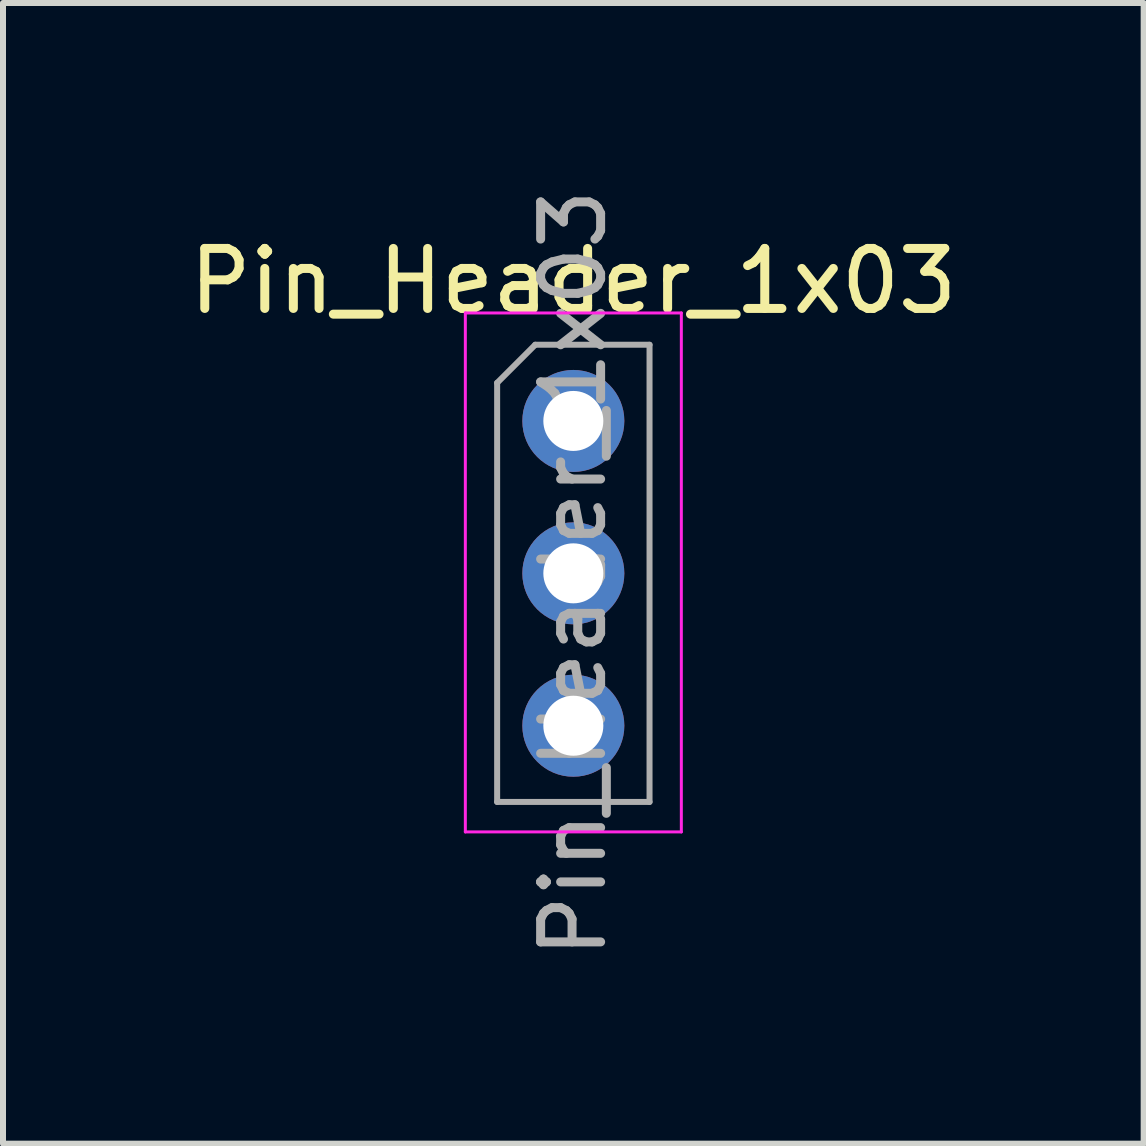
<source format=kicad_pcb>
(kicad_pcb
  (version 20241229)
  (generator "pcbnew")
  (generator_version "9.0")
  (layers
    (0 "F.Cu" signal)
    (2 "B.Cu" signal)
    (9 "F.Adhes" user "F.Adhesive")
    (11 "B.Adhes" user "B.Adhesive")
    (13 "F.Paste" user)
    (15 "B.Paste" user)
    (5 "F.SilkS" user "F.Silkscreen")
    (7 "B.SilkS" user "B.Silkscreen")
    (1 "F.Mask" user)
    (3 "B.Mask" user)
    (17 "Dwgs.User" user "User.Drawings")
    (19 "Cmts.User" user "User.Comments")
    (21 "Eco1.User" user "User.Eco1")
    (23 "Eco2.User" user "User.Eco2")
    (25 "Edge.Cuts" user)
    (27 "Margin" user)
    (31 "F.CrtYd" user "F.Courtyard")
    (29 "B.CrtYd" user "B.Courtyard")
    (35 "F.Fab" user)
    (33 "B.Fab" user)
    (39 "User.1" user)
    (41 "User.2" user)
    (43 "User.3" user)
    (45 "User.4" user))
  (footprint "Pin_Header_1x03"
    (layer "F.Cu")
    (at 6.506 3.966)
    (property "Reference" "Pin_Header_1x03" (at 0 -2.33 0) (layer "F.SilkS") (effects (font (size 1 1) (thickness 0.15))))
    (attr through_hole)
    (fp_line (start -1.8 -1.8) (end -1.8 6.85) (stroke (width 0.05) (type solid)) (layer "F.CrtYd"))
    (fp_line (start -1.8 6.85) (end 1.8 6.85) (stroke (width 0.05) (type solid)) (layer "F.CrtYd"))
    (fp_line (start 1.8 -1.8) (end -1.8 -1.8) (stroke (width 0.05) (type solid)) (layer "F.CrtYd"))
    (fp_line (start 1.8 6.85) (end 1.8 -1.8) (stroke (width 0.05) (type solid)) (layer "F.CrtYd"))
    (fp_line (start -1.27 -0.635) (end -0.635 -1.27) (stroke (width 0.1) (type solid)) (layer "F.Fab"))
    (fp_line (start -1.27 6.35) (end -1.27 -0.635) (stroke (width 0.1) (type solid)) (layer "F.Fab"))
    (fp_line (start -0.635 -1.27) (end 1.27 -1.27) (stroke (width 0.1) (type solid)) (layer "F.Fab"))
    (fp_line (start 1.27 -1.27) (end 1.27 6.35) (stroke (width 0.1) (type solid)) (layer "F.Fab"))
    (fp_line (start 1.27 6.35) (end -1.27 6.35) (stroke (width 0.1) (type solid)) (layer "F.Fab"))
    (fp_text user "${REFERENCE}" (at 0 2.54 90) (layer "F.Fab") (effects (font (size 1 1) (thickness 0.15))))
    (pad "1" thru_hole circle (at 0 0) (size 1.7 1.7) (drill 1) (layers "*.Cu" "*.Mask"))
    (pad "2" thru_hole oval (at 0 2.54) (size 1.7 1.7) (drill 1) (layers "*.Cu" "*.Mask"))
    (pad "3" thru_hole oval (at 0 5.08) (size 1.7 1.7) (drill 1) (layers "*.Cu" "*.Mask")))
  (gr_rect
    (start -3 -3)
    (end 16.012 16.012)
    (stroke (width 0.1) (type default))
    (fill no)
    (layer "Edge.Cuts")))
</source>
